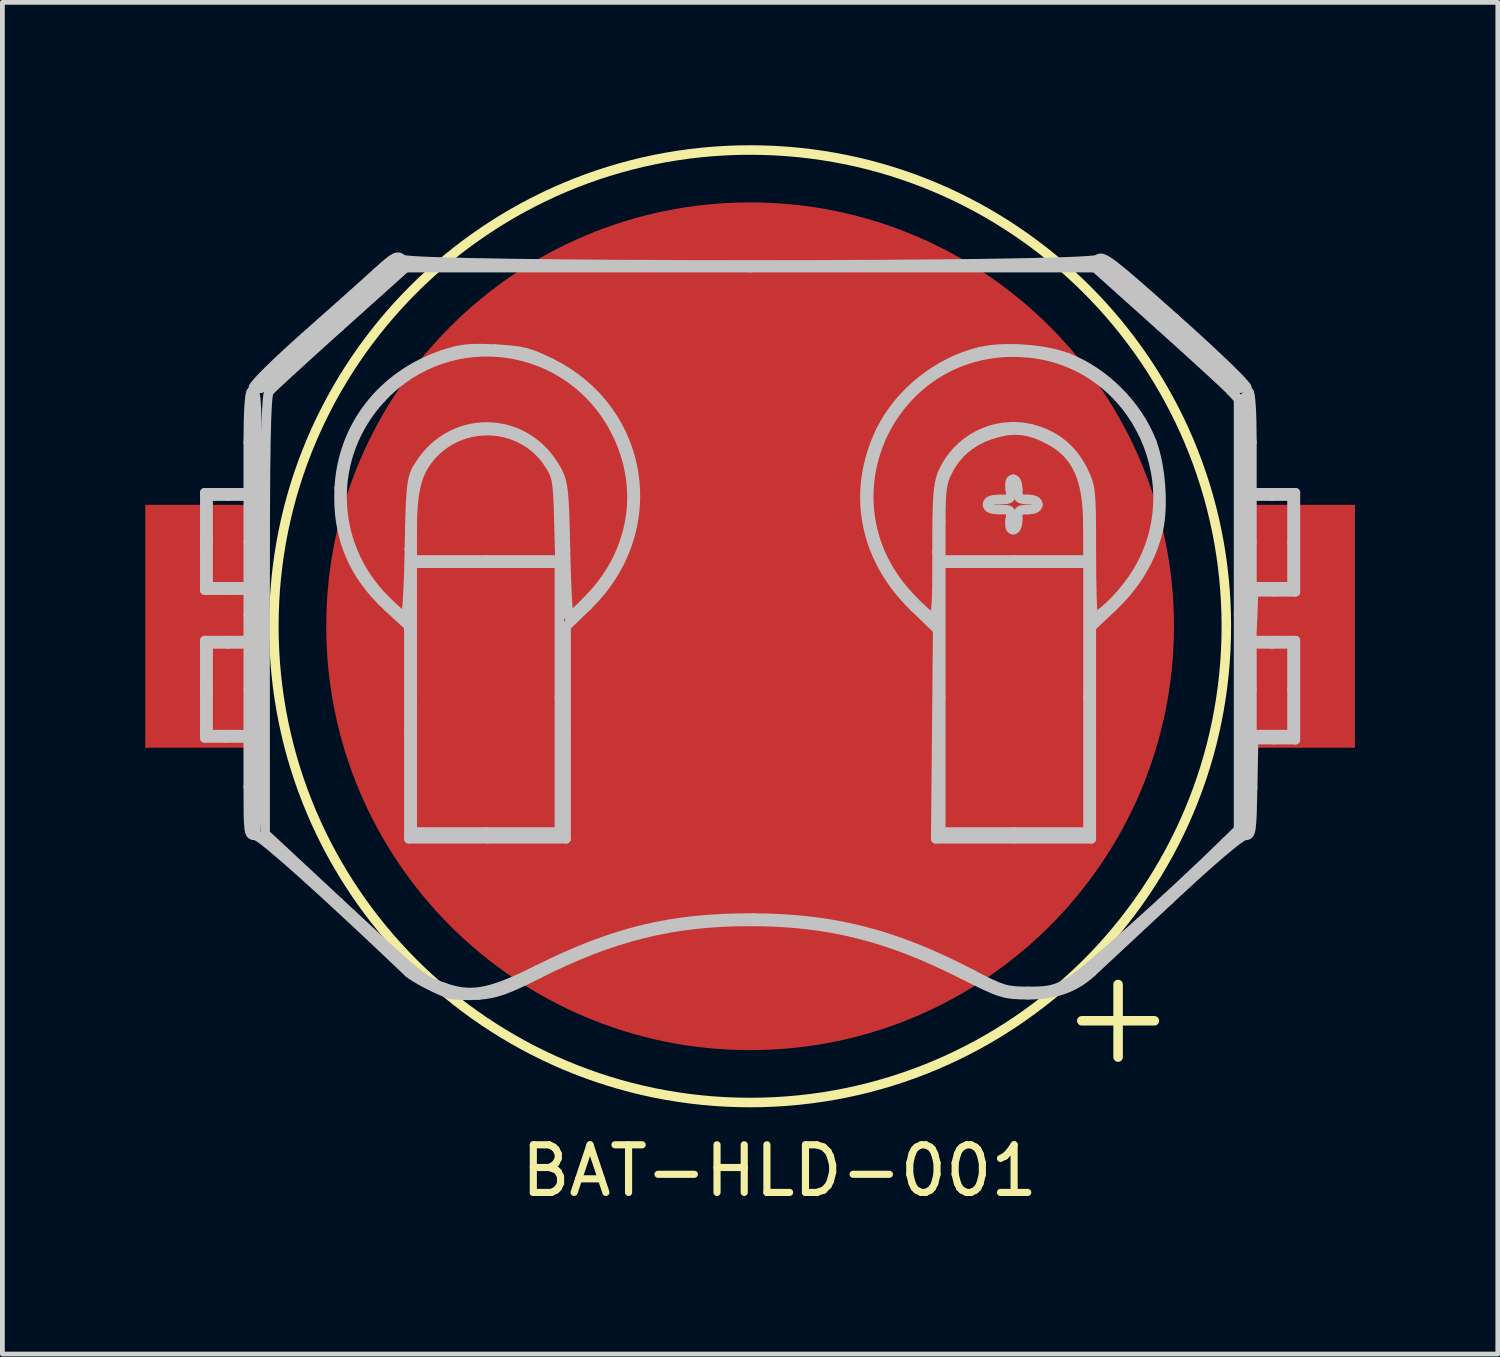
<source format=kicad_pcb>
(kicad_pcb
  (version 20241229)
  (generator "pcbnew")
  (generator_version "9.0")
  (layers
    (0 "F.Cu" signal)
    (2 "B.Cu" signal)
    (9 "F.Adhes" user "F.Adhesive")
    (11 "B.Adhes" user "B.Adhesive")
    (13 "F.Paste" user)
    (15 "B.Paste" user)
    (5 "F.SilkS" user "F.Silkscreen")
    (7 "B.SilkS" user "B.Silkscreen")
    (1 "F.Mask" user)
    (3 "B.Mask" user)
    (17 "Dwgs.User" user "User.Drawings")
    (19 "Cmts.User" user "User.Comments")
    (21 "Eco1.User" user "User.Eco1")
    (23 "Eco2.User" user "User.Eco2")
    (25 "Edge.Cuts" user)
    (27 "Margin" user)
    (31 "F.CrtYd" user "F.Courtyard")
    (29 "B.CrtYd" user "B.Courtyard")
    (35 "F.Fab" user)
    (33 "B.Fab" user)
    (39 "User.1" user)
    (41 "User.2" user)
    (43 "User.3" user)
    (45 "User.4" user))
  (footprint "BAT-HLD-001"
    (layer "F.Cu")
    (at 1.25 17.85)
    (property "Reference" "BAT-HLD-001" (at 12.065 3.683 0) (layer "F.SilkS") (effects (font (size 1 1) (thickness 0.15))))
    (attr through_hole)
    (fp_circle (center 11.45 -7.75) (end 21.45 -7.75) (stroke (width 0.2) (type solid)) (fill no) (layer "F.SilkS"))
    (fp_line (start 0 -10.554) (end 0.457 -10.554) (stroke (width 0.2) (type solid)) (layer "Dwgs.User"))
    (fp_line (start 0 -9.531) (end 0 -10.554) (stroke (width 0.2) (type solid)) (layer "Dwgs.User"))
    (fp_line (start 0 -8.508) (end 0 -9.531) (stroke (width 0.2) (type solid)) (layer "Dwgs.User"))
    (fp_line (start 0 -7.45) (end 0.457 -7.45) (stroke (width 0.2) (type solid)) (layer "Dwgs.User"))
    (fp_line (start 0 -6.427) (end 0 -7.45) (stroke (width 0.2) (type solid)) (layer "Dwgs.User"))
    (fp_line (start 0 -5.405) (end 0 -6.427) (stroke (width 0.2) (type solid)) (layer "Dwgs.User"))
    (fp_line (start 0.07 -10.483) (end 0.07 -9.531) (stroke (width 0.2) (type solid)) (layer "Dwgs.User"))
    (fp_line (start 0.07 -9.531) (end 0.07 -8.579) (stroke (width 0.2) (type solid)) (layer "Dwgs.User"))
    (fp_line (start 0.07 -8.579) (end 0.492 -8.579) (stroke (width 0.2) (type solid)) (layer "Dwgs.User"))
    (fp_line (start 0.07 -7.38) (end 0.07 -6.427) (stroke (width 0.2) (type solid)) (layer "Dwgs.User"))
    (fp_line (start 0.07 -6.427) (end 0.07 -5.475) (stroke (width 0.2) (type solid)) (layer "Dwgs.User"))
    (fp_line (start 0.07 -5.475) (end 0.492 -5.475) (stroke (width 0.2) (type solid)) (layer "Dwgs.User"))
    (fp_line (start 0.457 -10.554) (end 0.913 -10.554) (stroke (width 0.2) (type solid)) (layer "Dwgs.User"))
    (fp_line (start 0.457 -8.508) (end 0 -8.508) (stroke (width 0.2) (type solid)) (layer "Dwgs.User"))
    (fp_line (start 0.457 -7.45) (end 0.913 -7.45) (stroke (width 0.2) (type solid)) (layer "Dwgs.User"))
    (fp_line (start 0.457 -5.405) (end 0 -5.405) (stroke (width 0.2) (type solid)) (layer "Dwgs.User"))
    (fp_line (start 0.492 -10.483) (end 0.07 -10.483) (stroke (width 0.2) (type solid)) (layer "Dwgs.User"))
    (fp_line (start 0.492 -8.579) (end 0.913 -8.579) (stroke (width 0.2) (type solid)) (layer "Dwgs.User"))
    (fp_line (start 0.492 -7.38) (end 0.07 -7.38) (stroke (width 0.2) (type solid)) (layer "Dwgs.User"))
    (fp_line (start 0.492 -5.475) (end 0.913 -5.475) (stroke (width 0.2) (type solid)) (layer "Dwgs.User"))
    (fp_line (start 0.913 -10.554) (end 0.913 -11.612) (stroke (width 0.2) (type solid)) (layer "Dwgs.User"))
    (fp_line (start 0.913 -10.483) (end 0.492 -10.483) (stroke (width 0.2) (type solid)) (layer "Dwgs.User"))
    (fp_line (start 0.913 -9.531) (end 0.913 -10.483) (stroke (width 0.2) (type solid)) (layer "Dwgs.User"))
    (fp_line (start 0.913 -8.579) (end 0.913 -9.531) (stroke (width 0.2) (type solid)) (layer "Dwgs.User"))
    (fp_line (start 0.913 -8.508) (end 0.457 -8.508) (stroke (width 0.2) (type solid)) (layer "Dwgs.User"))
    (fp_line (start 0.913 -7.979) (end 0.913 -8.508) (stroke (width 0.2) (type solid)) (layer "Dwgs.User"))
    (fp_line (start 0.913 -7.45) (end 0.913 -7.979) (stroke (width 0.2) (type solid)) (layer "Dwgs.User"))
    (fp_line (start 0.913 -7.38) (end 0.492 -7.38) (stroke (width 0.2) (type solid)) (layer "Dwgs.User"))
    (fp_line (start 0.913 -6.427) (end 0.913 -7.38) (stroke (width 0.2) (type solid)) (layer "Dwgs.User"))
    (fp_line (start 0.913 -5.475) (end 0.913 -6.427) (stroke (width 0.2) (type solid)) (layer "Dwgs.User"))
    (fp_line (start 0.913 -5.405) (end 0.457 -5.405) (stroke (width 0.2) (type solid)) (layer "Dwgs.User"))
    (fp_line (start 0.913 -4.382) (end 0.913 -5.405) (stroke (width 0.2) (type solid)) (layer "Dwgs.User"))
    (fp_line (start 1.124 -8.014) (end 1.124 -8.014) (stroke (width 0.2) (type solid)) (layer "Dwgs.User"))
    (fp_line (start 1.266 -7.983) (end 1.267 -3.394) (stroke (width 0.2) (type solid)) (layer "Dwgs.User"))
    (fp_line (start 1.267 -3.394) (end 2.821 -1.948) (stroke (width 0.2) (type solid)) (layer "Dwgs.User"))
    (fp_line (start 4.078 -15.374) (end 4.078 -15.374) (stroke (width 0.2) (type solid)) (layer "Dwgs.User"))
    (fp_line (start 4.216 -15.28) (end 2.828 -14.035) (stroke (width 0.2) (type solid)) (layer "Dwgs.User"))
    (fp_line (start 4.285 -7.751) (end 3.844 -8.157) (stroke (width 0.2) (type solid)) (layer "Dwgs.User"))
    (fp_line (start 4.285 -5.52) (end 4.285 -7.751) (stroke (width 0.2) (type solid)) (layer "Dwgs.User"))
    (fp_line (start 4.285 -3.288) (end 4.285 -5.52) (stroke (width 0.2) (type solid)) (layer "Dwgs.User"))
    (fp_line (start 4.297 -9.372) (end 4.297 -9.372) (stroke (width 0.2) (type solid)) (layer "Dwgs.User"))
    (fp_line (start 4.355 -9.782) (end 4.355 -9.143) (stroke (width 0.2) (type solid)) (layer "Dwgs.User"))
    (fp_line (start 4.355 -9.143) (end 5.906 -9.143) (stroke (width 0.2) (type solid)) (layer "Dwgs.User"))
    (fp_line (start 4.355 -9.073) (end 4.355 -6.251) (stroke (width 0.2) (type solid)) (layer "Dwgs.User"))
    (fp_line (start 4.355 -6.251) (end 4.355 -3.43) (stroke (width 0.2) (type solid)) (layer "Dwgs.User"))
    (fp_line (start 4.355 -3.43) (end 5.901 -3.43) (stroke (width 0.2) (type solid)) (layer "Dwgs.User"))
    (fp_line (start 5.128 -0.035) (end 5.128 -0.035) (stroke (width 0.2) (type solid)) (layer "Dwgs.User"))
    (fp_line (start 5.901 -9.073) (end 4.355 -9.073) (stroke (width 0.2) (type solid)) (layer "Dwgs.User"))
    (fp_line (start 5.901 -3.43) (end 7.446 -3.43) (stroke (width 0.2) (type solid)) (layer "Dwgs.User"))
    (fp_line (start 5.906 -9.143) (end 7.457 -9.143) (stroke (width 0.2) (type solid)) (layer "Dwgs.User"))
    (fp_line (start 5.936 -3.288) (end 4.285 -3.288) (stroke (width 0.2) (type solid)) (layer "Dwgs.User"))
    (fp_line (start 6.982 -0.532) (end 6.982 -0.532) (stroke (width 0.2) (type solid)) (layer "Dwgs.User"))
    (fp_line (start 7.446 -9.073) (end 5.901 -9.073) (stroke (width 0.2) (type solid)) (layer "Dwgs.User"))
    (fp_line (start 7.446 -6.251) (end 7.446 -9.073) (stroke (width 0.2) (type solid)) (layer "Dwgs.User"))
    (fp_line (start 7.446 -3.43) (end 7.446 -6.251) (stroke (width 0.2) (type solid)) (layer "Dwgs.User"))
    (fp_line (start 7.457 -9.143) (end 7.434 -10.013) (stroke (width 0.2) (type solid)) (layer "Dwgs.User"))
    (fp_line (start 7.586 -7.745) (end 7.586 -5.517) (stroke (width 0.2) (type solid)) (layer "Dwgs.User"))
    (fp_line (start 7.586 -5.517) (end 7.586 -3.288) (stroke (width 0.2) (type solid)) (layer "Dwgs.User"))
    (fp_line (start 7.586 -3.288) (end 5.936 -3.288) (stroke (width 0.2) (type solid)) (layer "Dwgs.User"))
    (fp_line (start 8.042 -8.187) (end 7.586 -7.745) (stroke (width 0.2) (type solid)) (layer "Dwgs.User"))
    (fp_line (start 11.456 -15.28) (end 4.216 -15.28) (stroke (width 0.2) (type solid)) (layer "Dwgs.User"))
    (fp_line (start 15.348 -3.288) (end 15.369 -5.482) (stroke (width 0.2) (type solid)) (layer "Dwgs.User"))
    (fp_line (start 15.369 -5.482) (end 15.389 -7.676) (stroke (width 0.2) (type solid)) (layer "Dwgs.User"))
    (fp_line (start 15.376 -9.308) (end 15.376 -9.308) (stroke (width 0.2) (type solid)) (layer "Dwgs.User"))
    (fp_line (start 15.389 -7.676) (end 14.897 -8.151) (stroke (width 0.2) (type solid)) (layer "Dwgs.User"))
    (fp_line (start 15.454 -9.938) (end 15.454 -9.143) (stroke (width 0.2) (type solid)) (layer "Dwgs.User"))
    (fp_line (start 15.454 -9.143) (end 16.999 -9.143) (stroke (width 0.2) (type solid)) (layer "Dwgs.User"))
    (fp_line (start 15.454 -9.073) (end 15.454 -6.251) (stroke (width 0.2) (type solid)) (layer "Dwgs.User"))
    (fp_line (start 15.454 -6.251) (end 15.454 -3.43) (stroke (width 0.2) (type solid)) (layer "Dwgs.User"))
    (fp_line (start 15.454 -3.43) (end 16.999 -3.43) (stroke (width 0.2) (type solid)) (layer "Dwgs.User"))
    (fp_line (start 16.914 -9.989) (end 16.914 -9.989) (stroke (width 0.2) (type solid)) (layer "Dwgs.User"))
    (fp_line (start 16.982 -3.288) (end 15.348 -3.288) (stroke (width 0.2) (type solid)) (layer "Dwgs.User"))
    (fp_line (start 16.999 -9.143) (end 18.545 -9.143) (stroke (width 0.2) (type solid)) (layer "Dwgs.User"))
    (fp_line (start 16.999 -9.073) (end 15.454 -9.073) (stroke (width 0.2) (type solid)) (layer "Dwgs.User"))
    (fp_line (start 16.999 -3.43) (end 18.545 -3.43) (stroke (width 0.2) (type solid)) (layer "Dwgs.User"))
    (fp_line (start 18.543 -9.866) (end 18.543 -9.866) (stroke (width 0.2) (type solid)) (layer "Dwgs.User"))
    (fp_line (start 18.545 -9.143) (end 18.543 -9.866) (stroke (width 0.2) (type solid)) (layer "Dwgs.User"))
    (fp_line (start 18.545 -9.073) (end 16.999 -9.073) (stroke (width 0.2) (type solid)) (layer "Dwgs.User"))
    (fp_line (start 18.545 -6.251) (end 18.545 -9.073) (stroke (width 0.2) (type solid)) (layer "Dwgs.User"))
    (fp_line (start 18.545 -3.43) (end 18.545 -6.251) (stroke (width 0.2) (type solid)) (layer "Dwgs.User"))
    (fp_line (start 18.615 -7.737) (end 18.615 -5.513) (stroke (width 0.2) (type solid)) (layer "Dwgs.User"))
    (fp_line (start 18.615 -5.513) (end 18.615 -3.288) (stroke (width 0.2) (type solid)) (layer "Dwgs.User"))
    (fp_line (start 18.615 -3.288) (end 16.982 -3.288) (stroke (width 0.2) (type solid)) (layer "Dwgs.User"))
    (fp_line (start 18.696 -15.28) (end 11.456 -15.28) (stroke (width 0.2) (type solid)) (layer "Dwgs.User"))
    (fp_line (start 19.06 -8.156) (end 18.615 -7.737) (stroke (width 0.2) (type solid)) (layer "Dwgs.User"))
    (fp_line (start 20.043 -14.072) (end 18.696 -15.28) (stroke (width 0.2) (type solid)) (layer "Dwgs.User"))
    (fp_line (start 21.442 -3.225) (end 21.706 -3.483) (stroke (width 0.2) (type solid)) (layer "Dwgs.User"))
    (fp_line (start 21.668 -12.941) (end 21.668 -12.941) (stroke (width 0.2) (type solid)) (layer "Dwgs.User"))
    (fp_line (start 21.706 -12.521) (end 21.547 -12.692) (stroke (width 0.2) (type solid)) (layer "Dwgs.User"))
    (fp_line (start 21.706 -8.002) (end 21.706 -12.521) (stroke (width 0.2) (type solid)) (layer "Dwgs.User"))
    (fp_line (start 21.706 -3.483) (end 21.706 -8.002) (stroke (width 0.2) (type solid)) (layer "Dwgs.User"))
    (fp_line (start 21.916 -8.019) (end 21.916 -8.019) (stroke (width 0.2) (type solid)) (layer "Dwgs.User"))
    (fp_line (start 21.98 -7.45) (end 22.44 -7.45) (stroke (width 0.2) (type solid)) (layer "Dwgs.User"))
    (fp_line (start 21.987 -10.483) (end 21.987 -9.531) (stroke (width 0.2) (type solid)) (layer "Dwgs.User"))
    (fp_line (start 21.987 -9.531) (end 21.987 -8.579) (stroke (width 0.2) (type solid)) (layer "Dwgs.User"))
    (fp_line (start 21.987 -8.579) (end 22.408 -8.579) (stroke (width 0.2) (type solid)) (layer "Dwgs.User"))
    (fp_line (start 21.987 -7.38) (end 21.987 -6.427) (stroke (width 0.2) (type solid)) (layer "Dwgs.User"))
    (fp_line (start 21.987 -6.427) (end 21.987 -5.475) (stroke (width 0.2) (type solid)) (layer "Dwgs.User"))
    (fp_line (start 21.987 -5.475) (end 22.408 -5.475) (stroke (width 0.2) (type solid)) (layer "Dwgs.User"))
    (fp_line (start 21.987 -11.612) (end 21.987 -10.554) (stroke (width 0.2) (type solid)) (layer "Dwgs.User"))
    (fp_line (start 21.987 -10.554) (end 22.443 -10.554) (stroke (width 0.2) (type solid)) (layer "Dwgs.User"))
    (fp_line (start 22.001 -7.962) (end 21.98 -7.45) (stroke (width 0.2) (type solid)) (layer "Dwgs.User"))
    (fp_line (start 22.022 -8.473) (end 22.001 -7.962) (stroke (width 0.2) (type solid)) (layer "Dwgs.User"))
    (fp_line (start 22.022 -5.369) (end 22.002 -4.364) (stroke (width 0.2) (type solid)) (layer "Dwgs.User"))
    (fp_line (start 22.408 -10.483) (end 21.987 -10.483) (stroke (width 0.2) (type solid)) (layer "Dwgs.User"))
    (fp_line (start 22.408 -8.579) (end 22.829 -8.579) (stroke (width 0.2) (type solid)) (layer "Dwgs.User"))
    (fp_line (start 22.408 -7.38) (end 21.987 -7.38) (stroke (width 0.2) (type solid)) (layer "Dwgs.User"))
    (fp_line (start 22.408 -5.475) (end 22.829 -5.475) (stroke (width 0.2) (type solid)) (layer "Dwgs.User"))
    (fp_line (start 22.44 -7.45) (end 22.9 -7.45) (stroke (width 0.2) (type solid)) (layer "Dwgs.User"))
    (fp_line (start 22.443 -10.554) (end 22.9 -10.554) (stroke (width 0.2) (type solid)) (layer "Dwgs.User"))
    (fp_line (start 22.461 -8.473) (end 22.022 -8.473) (stroke (width 0.2) (type solid)) (layer "Dwgs.User"))
    (fp_line (start 22.461 -5.369) (end 22.022 -5.369) (stroke (width 0.2) (type solid)) (layer "Dwgs.User"))
    (fp_line (start 22.829 -10.483) (end 22.408 -10.483) (stroke (width 0.2) (type solid)) (layer "Dwgs.User"))
    (fp_line (start 22.829 -9.531) (end 22.829 -10.483) (stroke (width 0.2) (type solid)) (layer "Dwgs.User"))
    (fp_line (start 22.829 -8.579) (end 22.829 -9.531) (stroke (width 0.2) (type solid)) (layer "Dwgs.User"))
    (fp_line (start 22.829 -7.38) (end 22.408 -7.38) (stroke (width 0.2) (type solid)) (layer "Dwgs.User"))
    (fp_line (start 22.829 -6.427) (end 22.829 -7.38) (stroke (width 0.2) (type solid)) (layer "Dwgs.User"))
    (fp_line (start 22.829 -5.475) (end 22.829 -6.427) (stroke (width 0.2) (type solid)) (layer "Dwgs.User"))
    (fp_line (start 22.9 -10.554) (end 22.9 -9.513) (stroke (width 0.2) (type solid)) (layer "Dwgs.User"))
    (fp_line (start 22.9 -7.45) (end 22.9 -6.41) (stroke (width 0.2) (type solid)) (layer "Dwgs.User"))
    (fp_line (start 22.9 -9.513) (end 22.9 -8.473) (stroke (width 0.2) (type solid)) (layer "Dwgs.User"))
    (fp_line (start 22.9 -6.41) (end 22.9 -5.369) (stroke (width 0.2) (type solid)) (layer "Dwgs.User"))
    (fp_line (start 22.9 -8.473) (end 22.461 -8.473) (stroke (width 0.2) (type solid)) (layer "Dwgs.User"))
    (fp_line (start 22.9 -5.369) (end 22.461 -5.369) (stroke (width 0.2) (type solid)) (layer "Dwgs.User"))
    (fp_curve (pts (xy 0.913 -11.612) (xy 0.913 -12.247) (xy 0.94 -12.67) (xy 0.981 -12.67)) (stroke (width 0.2) (type solid)) (layer "Dwgs.User"))
    (fp_curve (pts (xy 0.981 -12.67) (xy 1.019 -12.67) (xy 1.037 -12.71) (xy 1.022 -12.758)) (stroke (width 0.2) (type solid)) (layer "Dwgs.User"))
    (fp_curve (pts (xy 0.983 -8.014) (xy 0.983 -5.005) (xy 1.008 -3.43) (xy 1.054 -3.43)) (stroke (width 0.2) (type solid)) (layer "Dwgs.User"))
    (fp_curve (pts (xy 1.022 -12.758) (xy 1.007 -12.807) (xy 1.49 -13.285) (xy 2.095 -13.821)) (stroke (width 0.2) (type solid)) (layer "Dwgs.User"))
    (fp_curve (pts (xy 1.054 -12.599) (xy 1.008 -12.599) (xy 0.983 -11.024) (xy 0.983 -8.014)) (stroke (width 0.2) (type solid)) (layer "Dwgs.User"))
    (fp_curve (pts (xy 1.054 -3.43) (xy 1.1 -3.43) (xy 1.124 -5.005) (xy 1.124 -8.014)) (stroke (width 0.2) (type solid)) (layer "Dwgs.User"))
    (fp_curve (pts (xy 1.059 -3.359) (xy 0.918 -3.359) (xy 0.913 -3.392) (xy 0.913 -4.382)) (stroke (width 0.2) (type solid)) (layer "Dwgs.User"))
    (fp_curve (pts (xy 1.124 -8.014) (xy 1.124 -11.024) (xy 1.1 -12.599) (xy 1.054 -12.599)) (stroke (width 0.2) (type solid)) (layer "Dwgs.User"))
    (fp_curve (pts (xy 1.155 -12.747) (xy 1.182 -12.703) (xy 1.81 -13.217) (xy 2.672 -13.991)) (stroke (width 0.2) (type solid)) (layer "Dwgs.User"))
    (fp_curve (pts (xy 1.169 -12.878) (xy 1.135 -12.848) (xy 1.129 -12.789) (xy 1.155 -12.747)) (stroke (width 0.2) (type solid)) (layer "Dwgs.User"))
    (fp_curve (pts (xy 1.352 -12.681) (xy 1.284 -12.597) (xy 1.265 -11.551) (xy 1.266 -7.983)) (stroke (width 0.2) (type solid)) (layer "Dwgs.User"))
    (fp_curve (pts (xy 2.095 -13.821) (xy 2.701 -14.357) (xy 3.384 -14.967) (xy 3.614 -15.177)) (stroke (width 0.2) (type solid)) (layer "Dwgs.User"))
    (fp_curve (pts (xy 2.318 -13.905) (xy 1.719 -13.371) (xy 1.202 -12.909) (xy 1.169 -12.878)) (stroke (width 0.2) (type solid)) (layer "Dwgs.User"))
    (fp_curve (pts (xy 2.672 -13.991) (xy 3.556 -14.784) (xy 4.117 -15.336) (xy 4.078 -15.374)) (stroke (width 0.2) (type solid)) (layer "Dwgs.User"))
    (fp_curve (pts (xy 2.821 -1.948) (xy 4.581 -0.31) (xy 4.547 -0.337) (xy 5.022 -0.166)) (stroke (width 0.2) (type solid)) (layer "Dwgs.User"))
    (fp_curve (pts (xy 2.823 -10.656) (xy 2.891 -11.946) (xy 3.721 -13.016) (xy 4.991 -13.448)) (stroke (width 0.2) (type solid)) (layer "Dwgs.User"))
    (fp_curve (pts (xy 2.828 -14.035) (xy 2.065 -13.35) (xy 1.4 -12.741) (xy 1.352 -12.681)) (stroke (width 0.2) (type solid)) (layer "Dwgs.User"))
    (fp_curve (pts (xy 3.614 -15.177) (xy 3.989 -15.519) (xy 4.044 -15.547) (xy 4.147 -15.454)) (stroke (width 0.2) (type solid)) (layer "Dwgs.User"))
    (fp_curve (pts (xy 3.709 -12.545) (xy 2.581 -11.333) (xy 2.611 -9.491) (xy 3.777 -8.317)) (stroke (width 0.2) (type solid)) (layer "Dwgs.User"))
    (fp_curve (pts (xy 3.711 -15.157) (xy 3.544 -15.003) (xy 2.917 -14.439) (xy 2.318 -13.905)) (stroke (width 0.2) (type solid)) (layer "Dwgs.User"))
    (fp_curve (pts (xy 3.777 -8.317) (xy 3.981 -8.112) (xy 4.176 -7.944) (xy 4.211 -7.944)) (stroke (width 0.2) (type solid)) (layer "Dwgs.User"))
    (fp_curve (pts (xy 3.844 -8.157) (xy 3.102 -8.84) (xy 2.771 -9.65) (xy 2.823 -10.656)) (stroke (width 0.2) (type solid)) (layer "Dwgs.User"))
    (fp_curve (pts (xy 4.078 -15.374) (xy 4.04 -15.413) (xy 3.893 -15.326) (xy 3.711 -15.157)) (stroke (width 0.2) (type solid)) (layer "Dwgs.User"))
    (fp_curve (pts (xy 4.147 -15.454) (xy 4.318 -15.298) (xy 18.58 -15.297) (xy 18.752 -15.453)) (stroke (width 0.2) (type solid)) (layer "Dwgs.User"))
    (fp_curve (pts (xy 4.211 -7.944) (xy 4.246 -7.944) (xy 4.285 -8.584) (xy 4.297 -9.372)) (stroke (width 0.2) (type solid)) (layer "Dwgs.User"))
    (fp_curve (pts (xy 4.275 -0.482) (xy 2.447 -2.225) (xy 1.179 -3.359) (xy 1.059 -3.359)) (stroke (width 0.2) (type solid)) (layer "Dwgs.User"))
    (fp_curve (pts (xy 4.297 -9.372) (xy 4.316 -10.571) (xy 4.34 -10.837) (xy 4.443 -11.027)) (stroke (width 0.2) (type solid)) (layer "Dwgs.User"))
    (fp_curve (pts (xy 4.443 -11.027) (xy 5.106 -12.244) (xy 6.751 -12.236) (xy 7.397 -11.012)) (stroke (width 0.2) (type solid)) (layer "Dwgs.User"))
    (fp_curve (pts (xy 4.719 -11.288) (xy 4.448 -10.957) (xy 4.355 -10.575) (xy 4.355 -9.782)) (stroke (width 0.2) (type solid)) (layer "Dwgs.User"))
    (fp_curve (pts (xy 4.991 -13.448) (xy 5.369 -13.577) (xy 5.552 -13.597) (xy 6.096 -13.569)) (stroke (width 0.2) (type solid)) (layer "Dwgs.User"))
    (fp_curve (pts (xy 5.022 -0.166) (xy 5.592 0.039) (xy 5.991 -0.036) (xy 6.982 -0.532)) (stroke (width 0.2) (type solid)) (layer "Dwgs.User"))
    (fp_curve (pts (xy 5.128 -0.035) (xy 4.879 -0.117) (xy 4.387 -0.375) (xy 4.275 -0.482)) (stroke (width 0.2) (type solid)) (layer "Dwgs.User"))
    (fp_curve (pts (xy 5.746 -0.008) (xy 5.503 0.009) (xy 5.224 -0.003) (xy 5.128 -0.035)) (stroke (width 0.2) (type solid)) (layer "Dwgs.User"))
    (fp_curve (pts (xy 6.096 -13.569) (xy 6.669 -13.54) (xy 6.811 -13.504) (xy 7.272 -13.275)) (stroke (width 0.2) (type solid)) (layer "Dwgs.User"))
    (fp_curve (pts (xy 6.982 -0.532) (xy 8.597 -1.34) (xy 9.803 -1.63) (xy 11.52 -1.623)) (stroke (width 0.2) (type solid)) (layer "Dwgs.User"))
    (fp_curve (pts (xy 7.011 -0.455) (xy 6.332 -0.112) (xy 6.112 -0.034) (xy 5.746 -0.008)) (stroke (width 0.2) (type solid)) (layer "Dwgs.User"))
    (fp_curve (pts (xy 7.219 -11.173) (xy 6.65 -12.035) (xy 5.381 -12.093) (xy 4.719 -11.288)) (stroke (width 0.2) (type solid)) (layer "Dwgs.User"))
    (fp_curve (pts (xy 7.272 -13.275) (xy 9.266 -12.286) (xy 9.65 -9.747) (xy 8.042 -8.187)) (stroke (width 0.2) (type solid)) (layer "Dwgs.User"))
    (fp_curve (pts (xy 7.397 -11.012) (xy 7.531 -10.759) (xy 7.549 -10.589) (xy 7.574 -9.337)) (stroke (width 0.2) (type solid)) (layer "Dwgs.User"))
    (fp_curve (pts (xy 7.434 -10.013) (xy 7.412 -10.822) (xy 7.397 -10.902) (xy 7.219 -11.173)) (stroke (width 0.2) (type solid)) (layer "Dwgs.User"))
    (fp_curve (pts (xy 7.574 -9.337) (xy 7.589 -8.571) (xy 7.625 -7.944) (xy 7.653 -7.944)) (stroke (width 0.2) (type solid)) (layer "Dwgs.User"))
    (fp_curve (pts (xy 7.653 -7.944) (xy 7.682 -7.944) (xy 7.885 -8.133) (xy 8.105 -8.365)) (stroke (width 0.2) (type solid)) (layer "Dwgs.User"))
    (fp_curve (pts (xy 8.105 -8.365) (xy 9.022 -9.33) (xy 9.226 -10.659) (xy 8.637 -11.831)) (stroke (width 0.2) (type solid)) (layer "Dwgs.User"))
    (fp_curve (pts (xy 8.637 -11.831) (xy 7.681 -13.731) (xy 5.156 -14.097) (xy 3.709 -12.545)) (stroke (width 0.2) (type solid)) (layer "Dwgs.User"))
    (fp_curve (pts (xy 11.45 -1.553) (xy 9.828 -1.553) (xy 8.562 -1.24) (xy 7.011 -0.455)) (stroke (width 0.2) (type solid)) (layer "Dwgs.User"))
    (fp_curve (pts (xy 11.52 -1.623) (xy 13.204 -1.616) (xy 14.499 -1.283) (xy 16.106 -0.442)) (stroke (width 0.2) (type solid)) (layer "Dwgs.User"))
    (fp_curve (pts (xy 14.198 -11.865) (xy 14.588 -12.661) (xy 15.411 -13.312) (xy 16.286 -13.516)) (stroke (width 0.2) (type solid)) (layer "Dwgs.User"))
    (fp_curve (pts (xy 14.76 -8.41) (xy 14.994 -8.154) (xy 15.229 -7.944) (xy 15.282 -7.944)) (stroke (width 0.2) (type solid)) (layer "Dwgs.User"))
    (fp_curve (pts (xy 14.897 -8.151) (xy 13.832 -9.177) (xy 13.568 -10.58) (xy 14.198 -11.865)) (stroke (width 0.2) (type solid)) (layer "Dwgs.User"))
    (fp_curve (pts (xy 15.282 -7.944) (xy 15.362 -7.944) (xy 15.379 -8.193) (xy 15.376 -9.308)) (stroke (width 0.2) (type solid)) (layer "Dwgs.User"))
    (fp_curve (pts (xy 15.376 -9.308) (xy 15.373 -10.417) (xy 15.394 -10.724) (xy 15.487 -10.948)) (stroke (width 0.2) (type solid)) (layer "Dwgs.User"))
    (fp_curve (pts (xy 15.487 -10.948) (xy 15.789 -11.675) (xy 16.583 -12.079) (xy 17.347 -11.895)) (stroke (width 0.2) (type solid)) (layer "Dwgs.User"))
    (fp_curve (pts (xy 15.6 -11.013) (xy 15.477 -10.777) (xy 15.454 -10.605) (xy 15.454 -9.938)) (stroke (width 0.2) (type solid)) (layer "Dwgs.User"))
    (fp_curve (pts (xy 15.91 -0.444) (xy 14.334 -1.241) (xy 13.078 -1.553) (xy 11.45 -1.553)) (stroke (width 0.2) (type solid)) (layer "Dwgs.User"))
    (fp_curve (pts (xy 16.106 -0.442) (xy 16.747 -0.107) (xy 16.826 -0.083) (xy 17.302 -0.083)) (stroke (width 0.2) (type solid)) (layer "Dwgs.User"))
    (fp_curve (pts (xy 16.286 -13.516) (xy 16.787 -13.634) (xy 17.64 -13.573) (xy 18.123 -13.385)) (stroke (width 0.2) (type solid)) (layer "Dwgs.User"))
    (fp_curve (pts (xy 16.437 -10.307) (xy 16.437 -10.381) (xy 16.512 -10.413) (xy 16.691 -10.413)) (stroke (width 0.2) (type solid)) (layer "Dwgs.User"))
    (fp_curve (pts (xy 16.566 -11.795) (xy 16.123 -11.662) (xy 15.801 -11.401) (xy 15.6 -11.013)) (stroke (width 0.2) (type solid)) (layer "Dwgs.User"))
    (fp_curve (pts (xy 16.691 -10.413) (xy 16.933 -10.413) (xy 16.943 -10.423) (xy 16.914 -10.624)) (stroke (width 0.2) (type solid)) (layer "Dwgs.User"))
    (fp_curve (pts (xy 16.691 -10.201) (xy 16.512 -10.201) (xy 16.437 -10.232) (xy 16.437 -10.307)) (stroke (width 0.2) (type solid)) (layer "Dwgs.User"))
    (fp_curve (pts (xy 16.914 -10.624) (xy 16.893 -10.769) (xy 16.913 -10.836) (xy 16.976 -10.836)) (stroke (width 0.2) (type solid)) (layer "Dwgs.User"))
    (fp_curve (pts (xy 16.914 -9.989) (xy 16.943 -10.191) (xy 16.933 -10.201) (xy 16.691 -10.201)) (stroke (width 0.2) (type solid)) (layer "Dwgs.User"))
    (fp_curve (pts (xy 16.976 -10.836) (xy 17.033 -10.836) (xy 17.069 -10.753) (xy 17.069 -10.624)) (stroke (width 0.2) (type solid)) (layer "Dwgs.User"))
    (fp_curve (pts (xy 16.976 -9.778) (xy 16.913 -9.778) (xy 16.893 -9.845) (xy 16.914 -9.989)) (stroke (width 0.2) (type solid)) (layer "Dwgs.User"))
    (fp_curve (pts (xy 17.069 -10.624) (xy 17.069 -10.436) (xy 17.093 -10.413) (xy 17.28 -10.413)) (stroke (width 0.2) (type solid)) (layer "Dwgs.User"))
    (fp_curve (pts (xy 17.069 -9.989) (xy 17.069 -9.861) (xy 17.033 -9.778) (xy 16.976 -9.778)) (stroke (width 0.2) (type solid)) (layer "Dwgs.User"))
    (fp_curve (pts (xy 17.209 -13.498) (xy 14.443 -13.688) (xy 12.889 -10.461) (xy 14.76 -8.41)) (stroke (width 0.2) (type solid)) (layer "Dwgs.User"))
    (fp_curve (pts (xy 17.28 -10.413) (xy 17.421 -10.413) (xy 17.491 -10.377) (xy 17.491 -10.307)) (stroke (width 0.2) (type solid)) (layer "Dwgs.User"))
    (fp_curve (pts (xy 17.28 -10.201) (xy 17.093 -10.201) (xy 17.069 -10.178) (xy 17.069 -9.989)) (stroke (width 0.2) (type solid)) (layer "Dwgs.User"))
    (fp_curve (pts (xy 17.28 -0.013) (xy 16.78 -0.017) (xy 16.711 -0.039) (xy 15.91 -0.444)) (stroke (width 0.2) (type solid)) (layer "Dwgs.User"))
    (fp_curve (pts (xy 17.302 -0.083) (xy 17.738 -0.083) (xy 17.863 -0.113) (xy 18.173 -0.293)) (stroke (width 0.2) (type solid)) (layer "Dwgs.User"))
    (fp_curve (pts (xy 17.347 -11.895) (xy 17.84 -11.776) (xy 18.209 -11.484) (xy 18.43 -11.04)) (stroke (width 0.2) (type solid)) (layer "Dwgs.User"))
    (fp_curve (pts (xy 17.491 -10.307) (xy 17.491 -10.236) (xy 17.421 -10.201) (xy 17.28 -10.201)) (stroke (width 0.2) (type solid)) (layer "Dwgs.User"))
    (fp_curve (pts (xy 17.698 -11.683) (xy 17.3 -11.889) (xy 16.982 -11.92) (xy 16.566 -11.795)) (stroke (width 0.2) (type solid)) (layer "Dwgs.User"))
    (fp_curve (pts (xy 18.123 -13.385) (xy 18.896 -13.085) (xy 19.595 -12.382) (xy 19.886 -11.612)) (stroke (width 0.2) (type solid)) (layer "Dwgs.User"))
    (fp_curve (pts (xy 18.173 -0.293) (xy 18.471 -0.465) (xy 20.316 -2.12) (xy 21.442 -3.225)) (stroke (width 0.2) (type solid)) (layer "Dwgs.User"))
    (fp_curve (pts (xy 18.43 -11.04) (xy 18.61 -10.676) (xy 18.615 -10.635) (xy 18.615 -9.306)) (stroke (width 0.2) (type solid)) (layer "Dwgs.User"))
    (fp_curve (pts (xy 18.543 -9.866) (xy 18.541 -10.868) (xy 18.308 -11.369) (xy 17.698 -11.683)) (stroke (width 0.2) (type solid)) (layer "Dwgs.User"))
    (fp_curve (pts (xy 18.615 -9.306) (xy 18.615 -8.557) (xy 18.634 -7.944) (xy 18.657 -7.944)) (stroke (width 0.2) (type solid)) (layer "Dwgs.User"))
    (fp_curve (pts (xy 18.619 -0.482) (xy 18.262 -0.155) (xy 17.842 -0.008) (xy 17.28 -0.013)) (stroke (width 0.2) (type solid)) (layer "Dwgs.User"))
    (fp_curve (pts (xy 18.657 -7.944) (xy 18.781 -7.944) (xy 19.16 -8.298) (xy 19.43 -8.666)) (stroke (width 0.2) (type solid)) (layer "Dwgs.User"))
    (fp_curve (pts (xy 18.752 -15.453) (xy 18.854 -15.546) (xy 19.023 -15.416) (xy 20.386 -14.201)) (stroke (width 0.2) (type solid)) (layer "Dwgs.User"))
    (fp_curve (pts (xy 18.824 -15.377) (xy 18.74 -15.292) (xy 21.649 -12.67) (xy 21.738 -12.751)) (stroke (width 0.2) (type solid)) (layer "Dwgs.User"))
    (fp_curve (pts (xy 19.43 -8.666) (xy 20.833 -10.581) (xy 19.567 -13.336) (xy 17.209 -13.498)) (stroke (width 0.2) (type solid)) (layer "Dwgs.User"))
    (fp_curve (pts (xy 19.886 -11.612) (xy 20.074 -11.115) (xy 20.136 -10.268) (xy 20.021 -9.77)) (stroke (width 0.2) (type solid)) (layer "Dwgs.User"))
    (fp_curve (pts (xy 20.021 -9.77) (xy 19.882 -9.173) (xy 19.551 -8.617) (xy 19.06 -8.156)) (stroke (width 0.2) (type solid)) (layer "Dwgs.User"))
    (fp_curve (pts (xy 20.246 -1.999) (xy 19.445 -1.252) (xy 18.713 -0.569) (xy 18.619 -0.482)) (stroke (width 0.2) (type solid)) (layer "Dwgs.User"))
    (fp_curve (pts (xy 20.386 -14.201) (xy 21.223 -13.456) (xy 21.895 -12.807) (xy 21.879 -12.758)) (stroke (width 0.2) (type solid)) (layer "Dwgs.User"))
    (fp_curve (pts (xy 21.547 -12.692) (xy 21.461 -12.787) (xy 20.783 -13.407) (xy 20.043 -14.072)) (stroke (width 0.2) (type solid)) (layer "Dwgs.User"))
    (fp_curve (pts (xy 21.668 -12.941) (xy 20.514 -14.02) (xy 18.873 -15.426) (xy 18.824 -15.377)) (stroke (width 0.2) (type solid)) (layer "Dwgs.User"))
    (fp_curve (pts (xy 21.738 -12.751) (xy 21.78 -12.789) (xy 21.753 -12.861) (xy 21.668 -12.941)) (stroke (width 0.2) (type solid)) (layer "Dwgs.User"))
    (fp_curve (pts (xy 21.842 -3.359) (xy 21.756 -3.359) (xy 21.132 -2.828) (xy 20.246 -1.999)) (stroke (width 0.2) (type solid)) (layer "Dwgs.User"))
    (fp_curve (pts (xy 21.846 -12.564) (xy 21.749 -12.504) (xy 21.749 -3.43) (xy 21.846 -3.43)) (stroke (width 0.2) (type solid)) (layer "Dwgs.User"))
    (fp_curve (pts (xy 21.846 -3.43) (xy 21.892 -3.43) (xy 21.916 -5.006) (xy 21.916 -8.019)) (stroke (width 0.2) (type solid)) (layer "Dwgs.User"))
    (fp_curve (pts (xy 21.879 -12.758) (xy 21.863 -12.71) (xy 21.881 -12.67) (xy 21.918 -12.67)) (stroke (width 0.2) (type solid)) (layer "Dwgs.User"))
    (fp_curve (pts (xy 21.916 -8.019) (xy 21.916 -11.06) (xy 21.893 -12.593) (xy 21.846 -12.564)) (stroke (width 0.2) (type solid)) (layer "Dwgs.User"))
    (fp_curve (pts (xy 21.918 -12.67) (xy 21.959 -12.67) (xy 21.987 -12.247) (xy 21.987 -11.612)) (stroke (width 0.2) (type solid)) (layer "Dwgs.User"))
    (fp_curve (pts (xy 22.002 -4.364) (xy 21.984 -3.411) (xy 21.975 -3.359) (xy 21.842 -3.359)) (stroke (width 0.2) (type solid)) (layer "Dwgs.User"))
    (fp_text user "+" (at 19.177 0.381 0) (layer "F.SilkS") (effects (font (size 2 2) (thickness 0.2))))
    (pad "1" smd rect (at 0 -7.75) (size 2.5 5.1) (layers "F.Cu" "F.Mask" "F.Paste"))
    (pad "1" smd rect (at 22.9 -7.75) (size 2.5 5.1) (layers "F.Cu" "F.Mask" "F.Paste"))
    (pad "2" smd circle (at 11.45 -7.75) (size 17.8 17.8) (layers "F.Cu" "F.Mask")))
  (gr_rect
    (start -3 -3)
    (end 28.4 25.381)
    (stroke (width 0.1) (type default))
    (fill no)
    (layer "Edge.Cuts")))
</source>
